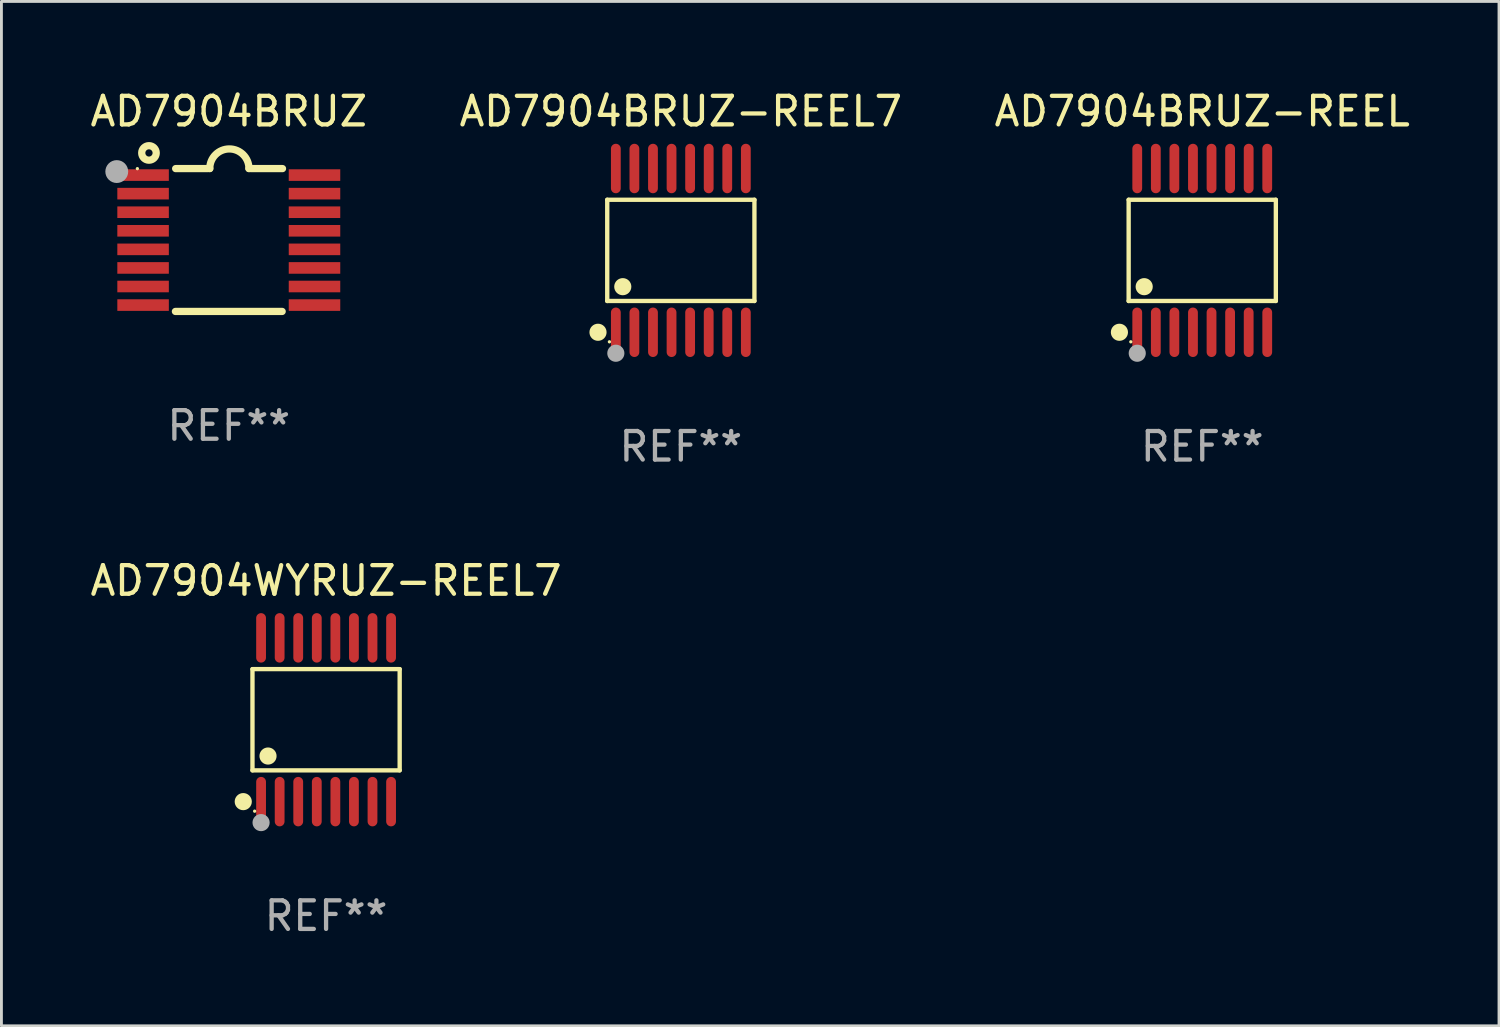
<source format=kicad_pcb>
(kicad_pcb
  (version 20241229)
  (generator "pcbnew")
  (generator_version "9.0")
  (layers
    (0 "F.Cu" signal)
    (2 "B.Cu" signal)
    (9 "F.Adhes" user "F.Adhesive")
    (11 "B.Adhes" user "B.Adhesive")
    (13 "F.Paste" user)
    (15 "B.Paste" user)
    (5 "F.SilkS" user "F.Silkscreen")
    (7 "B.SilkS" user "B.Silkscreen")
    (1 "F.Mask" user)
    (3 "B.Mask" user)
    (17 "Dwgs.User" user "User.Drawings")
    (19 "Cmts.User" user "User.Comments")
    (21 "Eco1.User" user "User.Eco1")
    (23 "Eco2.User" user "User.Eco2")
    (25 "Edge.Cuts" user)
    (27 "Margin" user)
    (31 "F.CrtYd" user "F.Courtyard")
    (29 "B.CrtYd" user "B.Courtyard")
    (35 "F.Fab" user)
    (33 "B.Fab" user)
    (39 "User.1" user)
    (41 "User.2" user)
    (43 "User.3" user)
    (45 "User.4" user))
  (footprint "AD7904BRUZ-REEL7"
    (layer "F.Cu")
    (at 20.78 5.714)
    (property "Reference" "AD7904BRUZ-REEL7" (at 0 -4.866 0) (layer "F.SilkS") (effects (font (size 1 1) (thickness 0.15))))
    (attr through_hole)
    (fp_line (start -2.576 -1.772) (end 2.576 -1.772) (stroke (width 0.152) (type solid)) (layer "F.SilkS"))
    (fp_line (start -2.576 1.771) (end -2.576 -1.772) (stroke (width 0.152) (type solid)) (layer "F.SilkS"))
    (fp_line (start 2.576 -1.772) (end 2.576 1.771) (stroke (width 0.152) (type solid)) (layer "F.SilkS"))
    (fp_line (start 2.576 1.771) (end -2.576 1.771) (stroke (width 0.152) (type solid)) (layer "F.SilkS"))
    (fp_circle (center -2.899 2.866) (end -2.749 2.866) (stroke (width 0.3) (type solid)) (fill no) (layer "F.SilkS"))
    (fp_circle (center -2.5 3.2) (end -2.47 3.2) (stroke (width 0.06) (type solid)) (fill no) (layer "F.SilkS"))
    (fp_circle (center -2.032 1.27) (end -1.882 1.27) (stroke (width 0.3) (type solid)) (fill no) (layer "F.SilkS"))
    (fp_circle (center -2.275 3.6) (end -2.125 3.6) (stroke (width 0.3) (type solid)) (fill no) (layer "F.Fab"))
    (fp_text user "REF**" (at 0 6.866 0) (layer "F.Fab") (effects (font (size 1 1) (thickness 0.15))))
    (pad "1" smd oval (at -2.275 2.866) (size 0.343 1.731) (layers "F.Cu" "F.Mask" "F.Paste"))
    (pad "2" smd oval (at -1.625 2.866) (size 0.343 1.731) (layers "F.Cu" "F.Mask" "F.Paste"))
    (pad "3" smd oval (at -0.975 2.866) (size 0.343 1.731) (layers "F.Cu" "F.Mask" "F.Paste"))
    (pad "4" smd oval (at -0.325 2.866) (size 0.343 1.731) (layers "F.Cu" "F.Mask" "F.Paste"))
    (pad "5" smd oval (at 0.325 2.866) (size 0.343 1.731) (layers "F.Cu" "F.Mask" "F.Paste"))
    (pad "6" smd oval (at 0.975 2.866) (size 0.343 1.731) (layers "F.Cu" "F.Mask" "F.Paste"))
    (pad "7" smd oval (at 1.625 2.866) (size 0.343 1.731) (layers "F.Cu" "F.Mask" "F.Paste"))
    (pad "8" smd oval (at 2.275 2.866) (size 0.343 1.731) (layers "F.Cu" "F.Mask" "F.Paste"))
    (pad "9" smd oval (at 2.275 -2.866) (size 0.343 1.731) (layers "F.Cu" "F.Mask" "F.Paste"))
    (pad "10" smd oval (at 1.625 -2.866) (size 0.343 1.731) (layers "F.Cu" "F.Mask" "F.Paste"))
    (pad "11" smd oval (at 0.975 -2.866) (size 0.343 1.731) (layers "F.Cu" "F.Mask" "F.Paste"))
    (pad "12" smd oval (at 0.325 -2.866) (size 0.343 1.731) (layers "F.Cu" "F.Mask" "F.Paste"))
    (pad "13" smd oval (at -0.325 -2.866) (size 0.343 1.731) (layers "F.Cu" "F.Mask" "F.Paste"))
    (pad "14" smd oval (at -0.975 -2.866) (size 0.343 1.731) (layers "F.Cu" "F.Mask" "F.Paste"))
    (pad "15" smd oval (at -1.625 -2.866) (size 0.343 1.731) (layers "F.Cu" "F.Mask" "F.Paste"))
    (pad "16" smd oval (at -2.275 -2.866) (size 0.343 1.731) (layers "F.Cu" "F.Mask" "F.Paste")))
  (footprint "AD7904WYRUZ-REEL7"
    (layer "F.Cu")
    (at 8.363 22.142)
    (property "Reference" "AD7904WYRUZ-REEL7" (at 0 -4.866 0) (layer "F.SilkS") (effects (font (size 1 1) (thickness 0.15))))
    (attr through_hole)
    (fp_line (start -2.576 -1.772) (end 2.576 -1.772) (stroke (width 0.152) (type solid)) (layer "F.SilkS"))
    (fp_line (start -2.576 1.771) (end -2.576 -1.772) (stroke (width 0.152) (type solid)) (layer "F.SilkS"))
    (fp_line (start 2.576 -1.772) (end 2.576 1.771) (stroke (width 0.152) (type solid)) (layer "F.SilkS"))
    (fp_line (start 2.576 1.771) (end -2.576 1.771) (stroke (width 0.152) (type solid)) (layer "F.SilkS"))
    (fp_circle (center -2.899 2.866) (end -2.749 2.866) (stroke (width 0.3) (type solid)) (fill no) (layer "F.SilkS"))
    (fp_circle (center -2.5 3.2) (end -2.47 3.2) (stroke (width 0.06) (type solid)) (fill no) (layer "F.SilkS"))
    (fp_circle (center -2.032 1.27) (end -1.882 1.27) (stroke (width 0.3) (type solid)) (fill no) (layer "F.SilkS"))
    (fp_circle (center -2.275 3.6) (end -2.125 3.6) (stroke (width 0.3) (type solid)) (fill no) (layer "F.Fab"))
    (fp_text user "REF**" (at 0 6.866 0) (layer "F.Fab") (effects (font (size 1 1) (thickness 0.15))))
    (pad "1" smd oval (at -2.275 2.866) (size 0.343 1.731) (layers "F.Cu" "F.Mask" "F.Paste"))
    (pad "2" smd oval (at -1.625 2.866) (size 0.343 1.731) (layers "F.Cu" "F.Mask" "F.Paste"))
    (pad "3" smd oval (at -0.975 2.866) (size 0.343 1.731) (layers "F.Cu" "F.Mask" "F.Paste"))
    (pad "4" smd oval (at -0.325 2.866) (size 0.343 1.731) (layers "F.Cu" "F.Mask" "F.Paste"))
    (pad "5" smd oval (at 0.325 2.866) (size 0.343 1.731) (layers "F.Cu" "F.Mask" "F.Paste"))
    (pad "6" smd oval (at 0.975 2.866) (size 0.343 1.731) (layers "F.Cu" "F.Mask" "F.Paste"))
    (pad "7" smd oval (at 1.625 2.866) (size 0.343 1.731) (layers "F.Cu" "F.Mask" "F.Paste"))
    (pad "8" smd oval (at 2.275 2.866) (size 0.343 1.731) (layers "F.Cu" "F.Mask" "F.Paste"))
    (pad "9" smd oval (at 2.275 -2.866) (size 0.343 1.731) (layers "F.Cu" "F.Mask" "F.Paste"))
    (pad "10" smd oval (at 1.625 -2.866) (size 0.343 1.731) (layers "F.Cu" "F.Mask" "F.Paste"))
    (pad "11" smd oval (at 0.975 -2.866) (size 0.343 1.731) (layers "F.Cu" "F.Mask" "F.Paste"))
    (pad "12" smd oval (at 0.325 -2.866) (size 0.343 1.731) (layers "F.Cu" "F.Mask" "F.Paste"))
    (pad "13" smd oval (at -0.325 -2.866) (size 0.343 1.731) (layers "F.Cu" "F.Mask" "F.Paste"))
    (pad "14" smd oval (at -0.975 -2.866) (size 0.343 1.731) (layers "F.Cu" "F.Mask" "F.Paste"))
    (pad "15" smd oval (at -1.625 -2.866) (size 0.343 1.731) (layers "F.Cu" "F.Mask" "F.Paste"))
    (pad "16" smd oval (at -2.275 -2.866) (size 0.343 1.731) (layers "F.Cu" "F.Mask" "F.Paste")))
  (footprint "AD7904BRUZ-REEL"
    (layer "F.Cu")
    (at 39.03 5.714)
    (property "Reference" "AD7904BRUZ-REEL" (at 0 -4.866 0) (layer "F.SilkS") (effects (font (size 1 1) (thickness 0.15))))
    (attr through_hole)
    (fp_line (start -2.576 -1.772) (end 2.576 -1.772) (stroke (width 0.152) (type solid)) (layer "F.SilkS"))
    (fp_line (start -2.576 1.771) (end -2.576 -1.772) (stroke (width 0.152) (type solid)) (layer "F.SilkS"))
    (fp_line (start 2.576 -1.772) (end 2.576 1.771) (stroke (width 0.152) (type solid)) (layer "F.SilkS"))
    (fp_line (start 2.576 1.771) (end -2.576 1.771) (stroke (width 0.152) (type solid)) (layer "F.SilkS"))
    (fp_circle (center -2.899 2.866) (end -2.749 2.866) (stroke (width 0.3) (type solid)) (fill no) (layer "F.SilkS"))
    (fp_circle (center -2.5 3.2) (end -2.47 3.2) (stroke (width 0.06) (type solid)) (fill no) (layer "F.SilkS"))
    (fp_circle (center -2.032 1.27) (end -1.882 1.27) (stroke (width 0.3) (type solid)) (fill no) (layer "F.SilkS"))
    (fp_circle (center -2.275 3.6) (end -2.125 3.6) (stroke (width 0.3) (type solid)) (fill no) (layer "F.Fab"))
    (fp_text user "REF**" (at 0 6.866 0) (layer "F.Fab") (effects (font (size 1 1) (thickness 0.15))))
    (pad "1" smd oval (at -2.275 2.866) (size 0.343 1.731) (layers "F.Cu" "F.Mask" "F.Paste"))
    (pad "2" smd oval (at -1.625 2.866) (size 0.343 1.731) (layers "F.Cu" "F.Mask" "F.Paste"))
    (pad "3" smd oval (at -0.975 2.866) (size 0.343 1.731) (layers "F.Cu" "F.Mask" "F.Paste"))
    (pad "4" smd oval (at -0.325 2.866) (size 0.343 1.731) (layers "F.Cu" "F.Mask" "F.Paste"))
    (pad "5" smd oval (at 0.325 2.866) (size 0.343 1.731) (layers "F.Cu" "F.Mask" "F.Paste"))
    (pad "6" smd oval (at 0.975 2.866) (size 0.343 1.731) (layers "F.Cu" "F.Mask" "F.Paste"))
    (pad "7" smd oval (at 1.625 2.866) (size 0.343 1.731) (layers "F.Cu" "F.Mask" "F.Paste"))
    (pad "8" smd oval (at 2.275 2.866) (size 0.343 1.731) (layers "F.Cu" "F.Mask" "F.Paste"))
    (pad "9" smd oval (at 2.275 -2.866) (size 0.343 1.731) (layers "F.Cu" "F.Mask" "F.Paste"))
    (pad "10" smd oval (at 1.625 -2.866) (size 0.343 1.731) (layers "F.Cu" "F.Mask" "F.Paste"))
    (pad "11" smd oval (at 0.975 -2.866) (size 0.343 1.731) (layers "F.Cu" "F.Mask" "F.Paste"))
    (pad "12" smd oval (at 0.325 -2.866) (size 0.343 1.731) (layers "F.Cu" "F.Mask" "F.Paste"))
    (pad "13" smd oval (at -0.325 -2.866) (size 0.343 1.731) (layers "F.Cu" "F.Mask" "F.Paste"))
    (pad "14" smd oval (at -0.975 -2.866) (size 0.343 1.731) (layers "F.Cu" "F.Mask" "F.Paste"))
    (pad "15" smd oval (at -1.625 -2.866) (size 0.343 1.731) (layers "F.Cu" "F.Mask" "F.Paste"))
    (pad "16" smd oval (at -2.275 -2.866) (size 0.343 1.731) (layers "F.Cu" "F.Mask" "F.Paste")))
  (footprint "AD7904BRUZ"
    (layer "F.Cu")
    (at 4.958 5.35)
    (property "Reference" "AD7904BRUZ" (at 0 -4.501 0) (layer "F.SilkS") (effects (font (size 1 1) (thickness 0.15))))
    (attr through_hole)
    (fp_line (start -1.868 2.501) (end 1.868 2.501) (stroke (width 0.254) (type solid)) (layer "F.SilkS"))
    (fp_line (start -1.86 -2.499) (end -0.666 -2.501) (stroke (width 0.254) (type solid)) (layer "F.SilkS"))
    (fp_line (start 0.706 -2.501) (end 1.88 -2.499) (stroke (width 0.254) (type solid)) (layer "F.SilkS"))
    (fp_arc (start -0.665914 -2.501448) (mid 0.019888 -3.18725) (end 0.70569 -2.501448) (stroke (width 0.254001) (type solid)) (layer "F.SilkS"))
    (fp_circle (center -3.2 -2.497) (end -3.17 -2.497) (stroke (width 0.06) (type solid)) (fill no) (layer "F.SilkS"))
    (fp_circle (center -2.794 -3.047) (end -2.54 -3.047) (stroke (width 0.254) (type solid)) (fill no) (layer "F.SilkS"))
    (fp_circle (center -3.921 -2.395) (end -3.721 -2.395) (stroke (width 0.4) (type solid)) (fill no) (layer "F.Fab"))
    (fp_text user "REF**" (at 0 6.501 0) (layer "F.Fab") (effects (font (size 1 1) (thickness 0.15))))
    (pad "1" smd rect (at -3 -2.272) (size 1.803 0.406) (layers "F.Cu" "F.Mask" "F.Paste"))
    (pad "2" smd rect (at -3 -1.622) (size 1.803 0.406) (layers "F.Cu" "F.Mask" "F.Paste"))
    (pad "3" smd rect (at -3 -0.972) (size 1.803 0.406) (layers "F.Cu" "F.Mask" "F.Paste"))
    (pad "4" smd rect (at -3 -0.322) (size 1.803 0.406) (layers "F.Cu" "F.Mask" "F.Paste"))
    (pad "5" smd rect (at -3 0.328) (size 1.803 0.406) (layers "F.Cu" "F.Mask" "F.Paste"))
    (pad "6" smd rect (at -3 0.978) (size 1.803 0.406) (layers "F.Cu" "F.Mask" "F.Paste"))
    (pad "7" smd rect (at -3 1.628) (size 1.803 0.406) (layers "F.Cu" "F.Mask" "F.Paste"))
    (pad "8" smd rect (at -3 2.278) (size 1.803 0.406) (layers "F.Cu" "F.Mask" "F.Paste"))
    (pad "9" smd rect (at 3 2.278) (size 1.803 0.406) (layers "F.Cu" "F.Mask" "F.Paste"))
    (pad "10" smd rect (at 3 1.628) (size 1.803 0.406) (layers "F.Cu" "F.Mask" "F.Paste"))
    (pad "11" smd rect (at 3 0.978) (size 1.803 0.406) (layers "F.Cu" "F.Mask" "F.Paste"))
    (pad "12" smd rect (at 3 0.328) (size 1.803 0.406) (layers "F.Cu" "F.Mask" "F.Paste"))
    (pad "13" smd rect (at 3 -0.322) (size 1.803 0.406) (layers "F.Cu" "F.Mask" "F.Paste"))
    (pad "14" smd rect (at 3 -0.972) (size 1.803 0.406) (layers "F.Cu" "F.Mask" "F.Paste"))
    (pad "15" smd rect (at 3 -1.622) (size 1.803 0.406) (layers "F.Cu" "F.Mask" "F.Paste"))
    (pad "16" smd rect (at 3 -2.272) (size 1.803 0.406) (layers "F.Cu" "F.Mask" "F.Paste")))
  (gr_rect
    (start -3 -3)
    (end 49.417 32.856)
    (stroke (width 0.1) (type default))
    (fill no)
    (layer "Edge.Cuts")))
</source>
